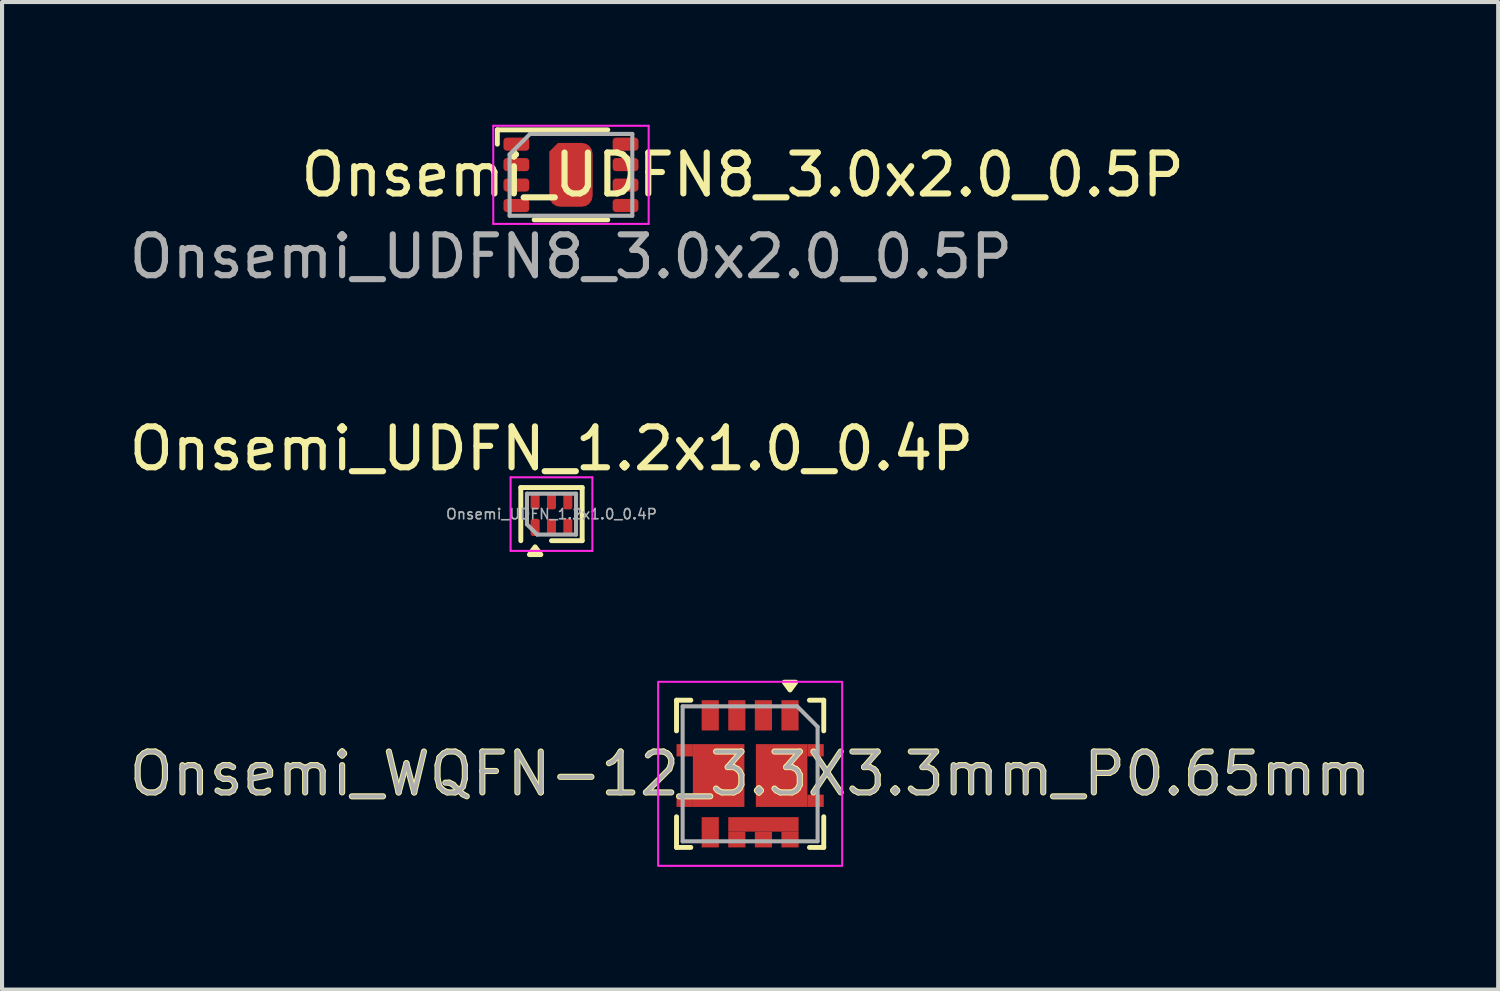
<source format=kicad_pcb>
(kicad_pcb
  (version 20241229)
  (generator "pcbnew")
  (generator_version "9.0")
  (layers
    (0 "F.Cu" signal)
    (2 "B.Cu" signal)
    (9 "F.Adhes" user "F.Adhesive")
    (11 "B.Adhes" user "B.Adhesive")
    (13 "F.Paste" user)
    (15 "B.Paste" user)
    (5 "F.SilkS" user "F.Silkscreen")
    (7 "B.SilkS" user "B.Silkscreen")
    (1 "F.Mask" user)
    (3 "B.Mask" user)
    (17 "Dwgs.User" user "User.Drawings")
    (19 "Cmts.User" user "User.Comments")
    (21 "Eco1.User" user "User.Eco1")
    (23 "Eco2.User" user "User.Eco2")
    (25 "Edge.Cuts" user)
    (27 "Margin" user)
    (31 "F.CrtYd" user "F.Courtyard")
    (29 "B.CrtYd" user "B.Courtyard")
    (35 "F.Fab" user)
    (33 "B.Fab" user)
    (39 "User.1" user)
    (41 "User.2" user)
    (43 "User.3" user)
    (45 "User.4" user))
  (footprint "Onsemi_UDFN8_3.0x2.0_0.5P"
    (layer "F.Cu")
    (at 10.911 1.225)
    (property "Reference" "Onsemi_UDFN8_3.0x2.0_0.5P" (at 4.2 0 0) (layer "F.SilkS") (effects (font (size 1 1) (thickness 0.15))))
    (attr smd)
    (fp_line (start -1.8 -0.75) (end -1.8 -1.1) (stroke (width 0.12) (type solid)) (layer "F.SilkS"))
    (fp_line (start 0.9 -1.1) (end -1.8 -1.1) (stroke (width 0.12) (type solid)) (layer "F.SilkS"))
    (fp_line (start 0.9 1.1) (end -0.9 1.1) (stroke (width 0.12) (type solid)) (layer "F.SilkS"))
    (fp_line (start -1.9 -1.2) (end 1.9 -1.2) (stroke (width 0.05) (type solid)) (layer "F.CrtYd"))
    (fp_line (start -1.9 1.2) (end -1.9 -1.2) (stroke (width 0.05) (type solid)) (layer "F.CrtYd"))
    (fp_line (start 1.9 -1.2) (end 1.9 1.2) (stroke (width 0.05) (type solid)) (layer "F.CrtYd"))
    (fp_line (start 1.9 1.2) (end -1.9 1.2) (stroke (width 0.05) (type solid)) (layer "F.CrtYd"))
    (fp_line (start -1.5 -0.5) (end -1 -1) (stroke (width 0.1) (type solid)) (layer "F.Fab"))
    (fp_line (start -1.5 1) (end -1.5 -0.5) (stroke (width 0.1) (type solid)) (layer "F.Fab"))
    (fp_line (start -1 -1) (end 1.5 -1) (stroke (width 0.1) (type solid)) (layer "F.Fab"))
    (fp_line (start 1.5 -1) (end 1.5 1) (stroke (width 0.1) (type solid)) (layer "F.Fab"))
    (fp_line (start 1.5 1) (end -1.5 1) (stroke (width 0.1) (type solid)) (layer "F.Fab"))
    (fp_text user "${REFERENCE}" (at 0 2 0) (layer "F.Fab") (effects (font (size 1 1) (thickness 0.15))))
    (pad "1" smd roundrect (at -1.335 -0.75 90) (size 0.32 0.63) (layers "F.Cu" "F.Mask" "F.Paste") (roundrect_rratio 0.25))
    (pad "2" smd roundrect (at -1.335 -0.25 90) (size 0.32 0.63) (layers "F.Cu" "F.Mask" "F.Paste") (roundrect_rratio 0.25))
    (pad "3" smd roundrect (at -1.335 0.25 90) (size 0.32 0.63) (layers "F.Cu" "F.Mask" "F.Paste") (roundrect_rratio 0.25))
    (pad "4" smd roundrect (at -1.335 0.75 90) (size 0.32 0.63) (layers "F.Cu" "F.Mask" "F.Paste") (roundrect_rratio 0.25))
    (pad "5" smd roundrect (at 1.335 0.75 90) (size 0.32 0.63) (layers "F.Cu" "F.Mask" "F.Paste") (roundrect_rratio 0.25))
    (pad "6" smd roundrect (at 1.335 0.25 90) (size 0.32 0.63) (layers "F.Cu" "F.Mask" "F.Paste") (roundrect_rratio 0.25))
    (pad "7" smd roundrect (at 1.335 -0.25 90) (size 0.32 0.63) (layers "F.Cu" "F.Mask" "F.Paste") (roundrect_rratio 0.25))
    (pad "8" smd roundrect (at 1.335 -0.75 90) (size 0.32 0.63) (layers "F.Cu" "F.Mask" "F.Paste") (roundrect_rratio 0.25))
    (pad "9" smd roundrect (at 0 0) (size 1.06 1.56) (layers "F.Cu" "F.Mask" "F.Paste") (roundrect_rratio 0.25) (chamfer_ratio 0.2) (chamfer top_left)))
  (footprint "Onsemi_WQFN-12_3.3X3.3mm_P0.65mm"
    (layer "F.Cu")
    (at 15.292 15.871)
    (property "Reference" "Onsemi_WQFN-12_3.3X3.3mm_P0.65mm" (at 0 0 0) (layer "F.SilkS") (effects (font (size 1 1) (thickness 0.15))))
    (attr smd)
    (fp_line (start -1.8 -1.8) (end -1.8 -1.05) (stroke (width 0.12) (type solid)) (layer "F.SilkS"))
    (fp_line (start -1.8 1.8) (end -1.8 1.05) (stroke (width 0.12) (type solid)) (layer "F.SilkS"))
    (fp_line (start -1.45 -1.8) (end -1.8 -1.8) (stroke (width 0.12) (type solid)) (layer "F.SilkS"))
    (fp_line (start -1.45 1.8) (end -1.8 1.8) (stroke (width 0.12) (type solid)) (layer "F.SilkS"))
    (fp_line (start 1.45 -1.8) (end 1.8 -1.8) (stroke (width 0.12) (type solid)) (layer "F.SilkS"))
    (fp_line (start 1.45 1.8) (end 1.8 1.8) (stroke (width 0.12) (type solid)) (layer "F.SilkS"))
    (fp_line (start 1.8 -1.8) (end 1.8 -1.05) (stroke (width 0.12) (type solid)) (layer "F.SilkS"))
    (fp_line (start 1.8 1.8) (end 1.8 1.05) (stroke (width 0.12) (type solid)) (layer "F.SilkS"))
    (fp_poly (pts (xy 0.975 -2.05) (xy 0.835 -2.24) (xy 1.115 -2.24) (xy 0.975 -2.05)) (stroke (width 0.12) (type solid)) (fill yes) (layer "F.SilkS"))
    (fp_rect (start -2.25 -2.25) (end 2.25 2.25) (stroke (width 0.05) (type solid)) (fill no) (layer "F.CrtYd"))
    (fp_line (start -1.65 -1.65) (end 1.15 -1.65) (stroke (width 0.1) (type solid)) (layer "F.Fab"))
    (fp_line (start -1.65 1.65) (end -1.65 -1.65) (stroke (width 0.1) (type solid)) (layer "F.Fab"))
    (fp_line (start 1.15 -1.65) (end 1.65 -1.15) (stroke (width 0.1) (type default)) (layer "F.Fab"))
    (fp_line (start 1.65 -1.15) (end 1.65 1.65) (stroke (width 0.1) (type solid)) (layer "F.Fab"))
    (fp_line (start 1.65 1.65) (end -1.65 1.65) (stroke (width 0.1) (type solid)) (layer "F.Fab"))
    (fp_text user "${REFERENCE}" (at 0 0 0) (layer "F.Fab") (effects (font (size 1 1) (thickness 0.1))))
    (pad "1" smd rect (at 0.975 -1.43) (size 0.42 0.74) (layers "F.Cu" "F.Mask" "F.Paste"))
    (pad "2" smd rect (at 0.325 -1.43) (size 0.42 0.74) (layers "F.Cu" "F.Mask" "F.Paste"))
    (pad "3" smd rect (at -0.325 -1.43) (size 0.42 0.74) (layers "F.Cu" "F.Mask" "F.Paste"))
    (pad "4" smd rect (at -0.975 -1.43) (size 0.42 0.74) (layers "F.Cu" "F.Mask" "F.Paste"))
    (pad "5" smd rect (at -1.6 -0.575 90) (size 0.3 0.4) (layers "F.Cu" "F.Mask" "F.Paste"))
    (pad "6" smd rect (at -1.6 0.66 90) (size 0.3 0.4) (layers "F.Cu" "F.Mask" "F.Paste"))
    (pad "7" smd rect (at -0.975 1.43) (size 0.42 0.74) (layers "F.Cu" "F.Mask" "F.Paste"))
    (pad "8" smd rect (at -0.325 1.607 90) (size 0.386 0.42) (layers "F.Cu" "F.Mask" "F.Paste"))
    (pad "9" smd rect (at 0.325 1.607 90) (size 0.386 0.42) (layers "F.Cu" "F.Mask" "F.Paste"))
    (pad "10" smd rect (at 0.975 1.607 90) (size 0.386 0.42) (layers "F.Cu" "F.Mask" "F.Paste"))
    (pad "11" smd rect (at 1.6 0.66 90) (size 0.3 0.4) (layers "F.Cu" "F.Mask" "F.Paste"))
    (pad "12" smd rect (at 1.6 -0.575 90) (size 0.3 0.4) (layers "F.Cu" "F.Mask" "F.Paste"))
    (pad "13" smd rect (at -0.77 0.042) (size 1.26 1.535) (layers "F.Cu" "F.Mask" "F.Paste"))
    (pad "14" smd rect (at 0.325 1.237 90) (size 0.354 1.72) (layers "F.Cu" "F.Mask" "F.Paste"))
    (pad "15" smd rect (at 0.77 0.042) (size 1.26 1.535) (layers "F.Cu" "F.Mask" "F.Paste")))
  (footprint "Onsemi_UDFN_1.2x1.0_0.4P"
    (layer "F.Cu")
    (at 10.435 9.521)
    (property "Reference" "Onsemi_UDFN_1.2x1.0_0.4P" (at 0 -1.6 0) (layer "F.SilkS") (effects (font (size 1 1) (thickness 0.15))))
    (attr smd)
    (fp_line (start -0.75 -0.65) (end 0.75 -0.65) (stroke (width 0.12) (type solid)) (layer "F.SilkS"))
    (fp_line (start -0.75 0.65) (end -0.75 -0.65) (stroke (width 0.12) (type solid)) (layer "F.SilkS"))
    (fp_line (start 0.75 0.65) (end 0 0.65) (stroke (width 0.12) (type solid)) (layer "F.SilkS"))
    (fp_line (start 0.75 0.65) (end 0.75 -0.65) (stroke (width 0.12) (type solid)) (layer "F.SilkS"))
    (fp_poly (pts (xy -0.4 0.8) (xy -0.26 0.99) (xy -0.54 0.99) (xy -0.4 0.8)) (stroke (width 0.12) (type solid)) (fill yes) (layer "F.SilkS"))
    (fp_line (start -1 -0.9) (end 1 -0.9) (stroke (width 0.05) (type solid)) (layer "F.CrtYd"))
    (fp_line (start -1 0.9) (end -1 -0.9) (stroke (width 0.05) (type solid)) (layer "F.CrtYd"))
    (fp_line (start 1 -0.9) (end 1 0.9) (stroke (width 0.05) (type solid)) (layer "F.CrtYd"))
    (fp_line (start 1 0.9) (end -1 0.9) (stroke (width 0.05) (type solid)) (layer "F.CrtYd"))
    (fp_line (start -0.6 -0.5) (end 0.6 -0.5) (stroke (width 0.1) (type solid)) (layer "F.Fab"))
    (fp_line (start -0.6 0.25) (end -0.6 -0.5) (stroke (width 0.1) (type solid)) (layer "F.Fab"))
    (fp_line (start -0.6 0.25) (end -0.35 0.5) (stroke (width 0.1) (type default)) (layer "F.Fab"))
    (fp_line (start 0.6 -0.5) (end 0.6 0.5) (stroke (width 0.1) (type solid)) (layer "F.Fab"))
    (fp_line (start 0.6 0.5) (end -0.35 0.5) (stroke (width 0.1) (type solid)) (layer "F.Fab"))
    (fp_text user "${REFERENCE}" (at 0 0 0) (layer "F.Fab") (effects (font (size 0.25 0.25) (thickness 0.04))))
    (pad "1" smd roundrect (at -0.4 0.325) (size 0.22 0.42) (layers "F.Cu" "F.Mask" "F.Paste") (roundrect_rratio 0.25))
    (pad "2" smd roundrect (at 0 0.325) (size 0.22 0.42) (layers "F.Cu" "F.Mask" "F.Paste") (roundrect_rratio 0.25))
    (pad "3" smd roundrect (at 0.4 0.325) (size 0.22 0.42) (layers "F.Cu" "F.Mask" "F.Paste") (roundrect_rratio 0.25))
    (pad "4" smd roundrect (at 0.4 -0.325) (size 0.22 0.42) (layers "F.Cu" "F.Mask" "F.Paste") (roundrect_rratio 0.25))
    (pad "5" smd roundrect (at 0 -0.325) (size 0.22 0.42) (layers "F.Cu" "F.Mask" "F.Paste") (roundrect_rratio 0.25))
    (pad "6" smd roundrect (at -0.4 -0.325) (size 0.22 0.42) (layers "F.Cu" "F.Mask" "F.Paste") (roundrect_rratio 0.25)))
  (gr_rect
    (start -3 -3)
    (end 33.583 21.146)
    (stroke (width 0.1) (type default))
    (fill no)
    (layer "Edge.Cuts")))
</source>
